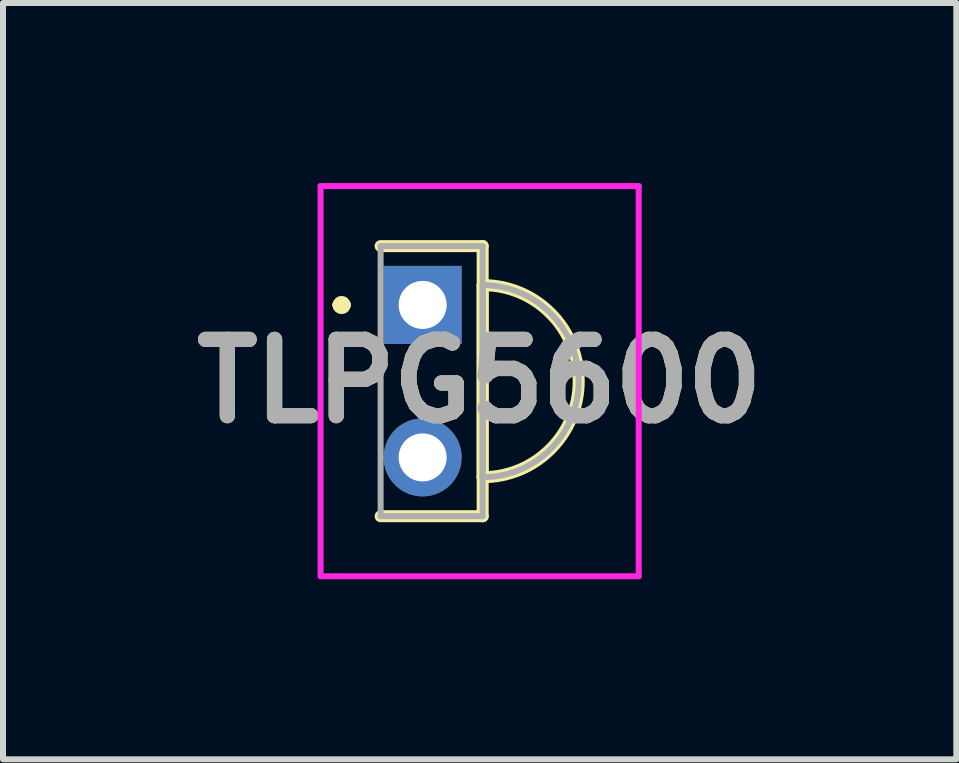
<source format=kicad_pcb>
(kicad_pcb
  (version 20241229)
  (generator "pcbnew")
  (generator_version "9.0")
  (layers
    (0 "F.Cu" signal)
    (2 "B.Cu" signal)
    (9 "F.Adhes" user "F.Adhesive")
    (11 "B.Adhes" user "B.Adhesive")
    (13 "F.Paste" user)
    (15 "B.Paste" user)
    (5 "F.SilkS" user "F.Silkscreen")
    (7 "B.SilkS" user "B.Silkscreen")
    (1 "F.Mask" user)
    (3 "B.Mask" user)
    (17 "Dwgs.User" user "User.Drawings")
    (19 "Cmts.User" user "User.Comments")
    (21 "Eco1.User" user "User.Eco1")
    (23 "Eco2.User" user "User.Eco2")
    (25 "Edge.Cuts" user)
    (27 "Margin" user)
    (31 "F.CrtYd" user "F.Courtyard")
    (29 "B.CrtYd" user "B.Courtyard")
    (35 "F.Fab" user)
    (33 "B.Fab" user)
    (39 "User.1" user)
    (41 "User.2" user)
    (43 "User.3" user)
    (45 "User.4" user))
  (footprint "TLPG5600"
    (layer "F.Cu")
    (at 3.991 2.03)
    (property "Reference" "TLPG5600" (at 0.95 1.27 0) (layer "F.SilkS") (effects (font (size 1.27 1.27) (thickness 0.254))))
    (attr through_hole)
    (fp_line (start -1.4 0) (end -1.4 0) (stroke (width 0.2) (type solid)) (layer "F.SilkS"))
    (fp_line (start -1.4 0) (end -1.4 0) (stroke (width 0.2) (type solid)) (layer "F.SilkS"))
    (fp_line (start -1.3 0) (end -1.3 0) (stroke (width 0.2) (type solid)) (layer "F.SilkS"))
    (fp_line (start -0.7 -0.98) (end 1 -0.98) (stroke (width 0.2) (type solid)) (layer "F.SilkS"))
    (fp_line (start 1 -0.98) (end 1 3.52) (stroke (width 0.2) (type solid)) (layer "F.SilkS"))
    (fp_line (start 1 -0.33) (end 1 2.87) (stroke (width 0.2) (type solid)) (layer "F.SilkS"))
    (fp_line (start 1 2.87) (end 1 2.87) (stroke (width 0.2) (type solid)) (layer "F.SilkS"))
    (fp_line (start 1 3.52) (end -0.7 3.52) (stroke (width 0.2) (type solid)) (layer "F.SilkS"))
    (fp_arc (start -1.4 0) (mid -1.35 -0.05) (end -1.3 0) (stroke (width 0.2) (type solid)) (layer "F.SilkS"))
    (fp_arc (start -1.3 0) (mid -1.35 0.05) (end -1.4 0) (stroke (width 0.2) (type solid)) (layer "F.SilkS"))
    (fp_arc (start -1.3 0) (mid -1.35 0.05) (end -1.4 0) (stroke (width 0.2) (type solid)) (layer "F.SilkS"))
    (fp_arc (start 1 -0.33) (mid 2.6 1.27) (end 1 2.87) (stroke (width 0.2) (type solid)) (layer "F.SilkS"))
    (fp_line (start -1.7 -1.98) (end -1.7 4.52) (stroke (width 0.1) (type solid)) (layer "F.CrtYd"))
    (fp_line (start -1.7 4.52) (end 3.6 4.52) (stroke (width 0.1) (type solid)) (layer "F.CrtYd"))
    (fp_line (start 3.6 -1.98) (end -1.7 -1.98) (stroke (width 0.1) (type solid)) (layer "F.CrtYd"))
    (fp_line (start 3.6 4.52) (end 3.6 -1.98) (stroke (width 0.1) (type solid)) (layer "F.CrtYd"))
    (fp_line (start -0.7 -0.98) (end 1 -0.98) (stroke (width 0.1) (type solid)) (layer "F.Fab"))
    (fp_line (start -0.7 3.52) (end -0.7 -0.98) (stroke (width 0.1) (type solid)) (layer "F.Fab"))
    (fp_line (start 1 -0.98) (end 1 3.52) (stroke (width 0.1) (type solid)) (layer "F.Fab"))
    (fp_line (start 1 -0.33) (end 1 2.87) (stroke (width 0.1) (type solid)) (layer "F.Fab"))
    (fp_line (start 1 2.87) (end 1 2.87) (stroke (width 0.1) (type solid)) (layer "F.Fab"))
    (fp_line (start 1 3.52) (end -0.7 3.52) (stroke (width 0.1) (type solid)) (layer "F.Fab"))
    (fp_arc (start 1 -0.33) (mid 2.6 1.27) (end 1 2.87) (stroke (width 0.1) (type solid)) (layer "F.Fab"))
    (fp_text user "${REFERENCE}" (at 0.95 1.27 0) (layer "F.Fab") (effects (font (size 1.27 1.27) (thickness 0.254))))
    (pad "1" thru_hole rect (at 0 0) (size 1.3 1.3) (drill 0.8) (layers "*.Cu" "*.Mask"))
    (pad "2" thru_hole circle (at 0 2.54) (size 1.3 1.3) (drill 0.8) (layers "*.Cu" "*.Mask")))
  (gr_rect
    (start -3 -3)
    (end 12.882 9.6)
    (stroke (width 0.1) (type default))
    (fill no)
    (layer "Edge.Cuts")))
</source>
